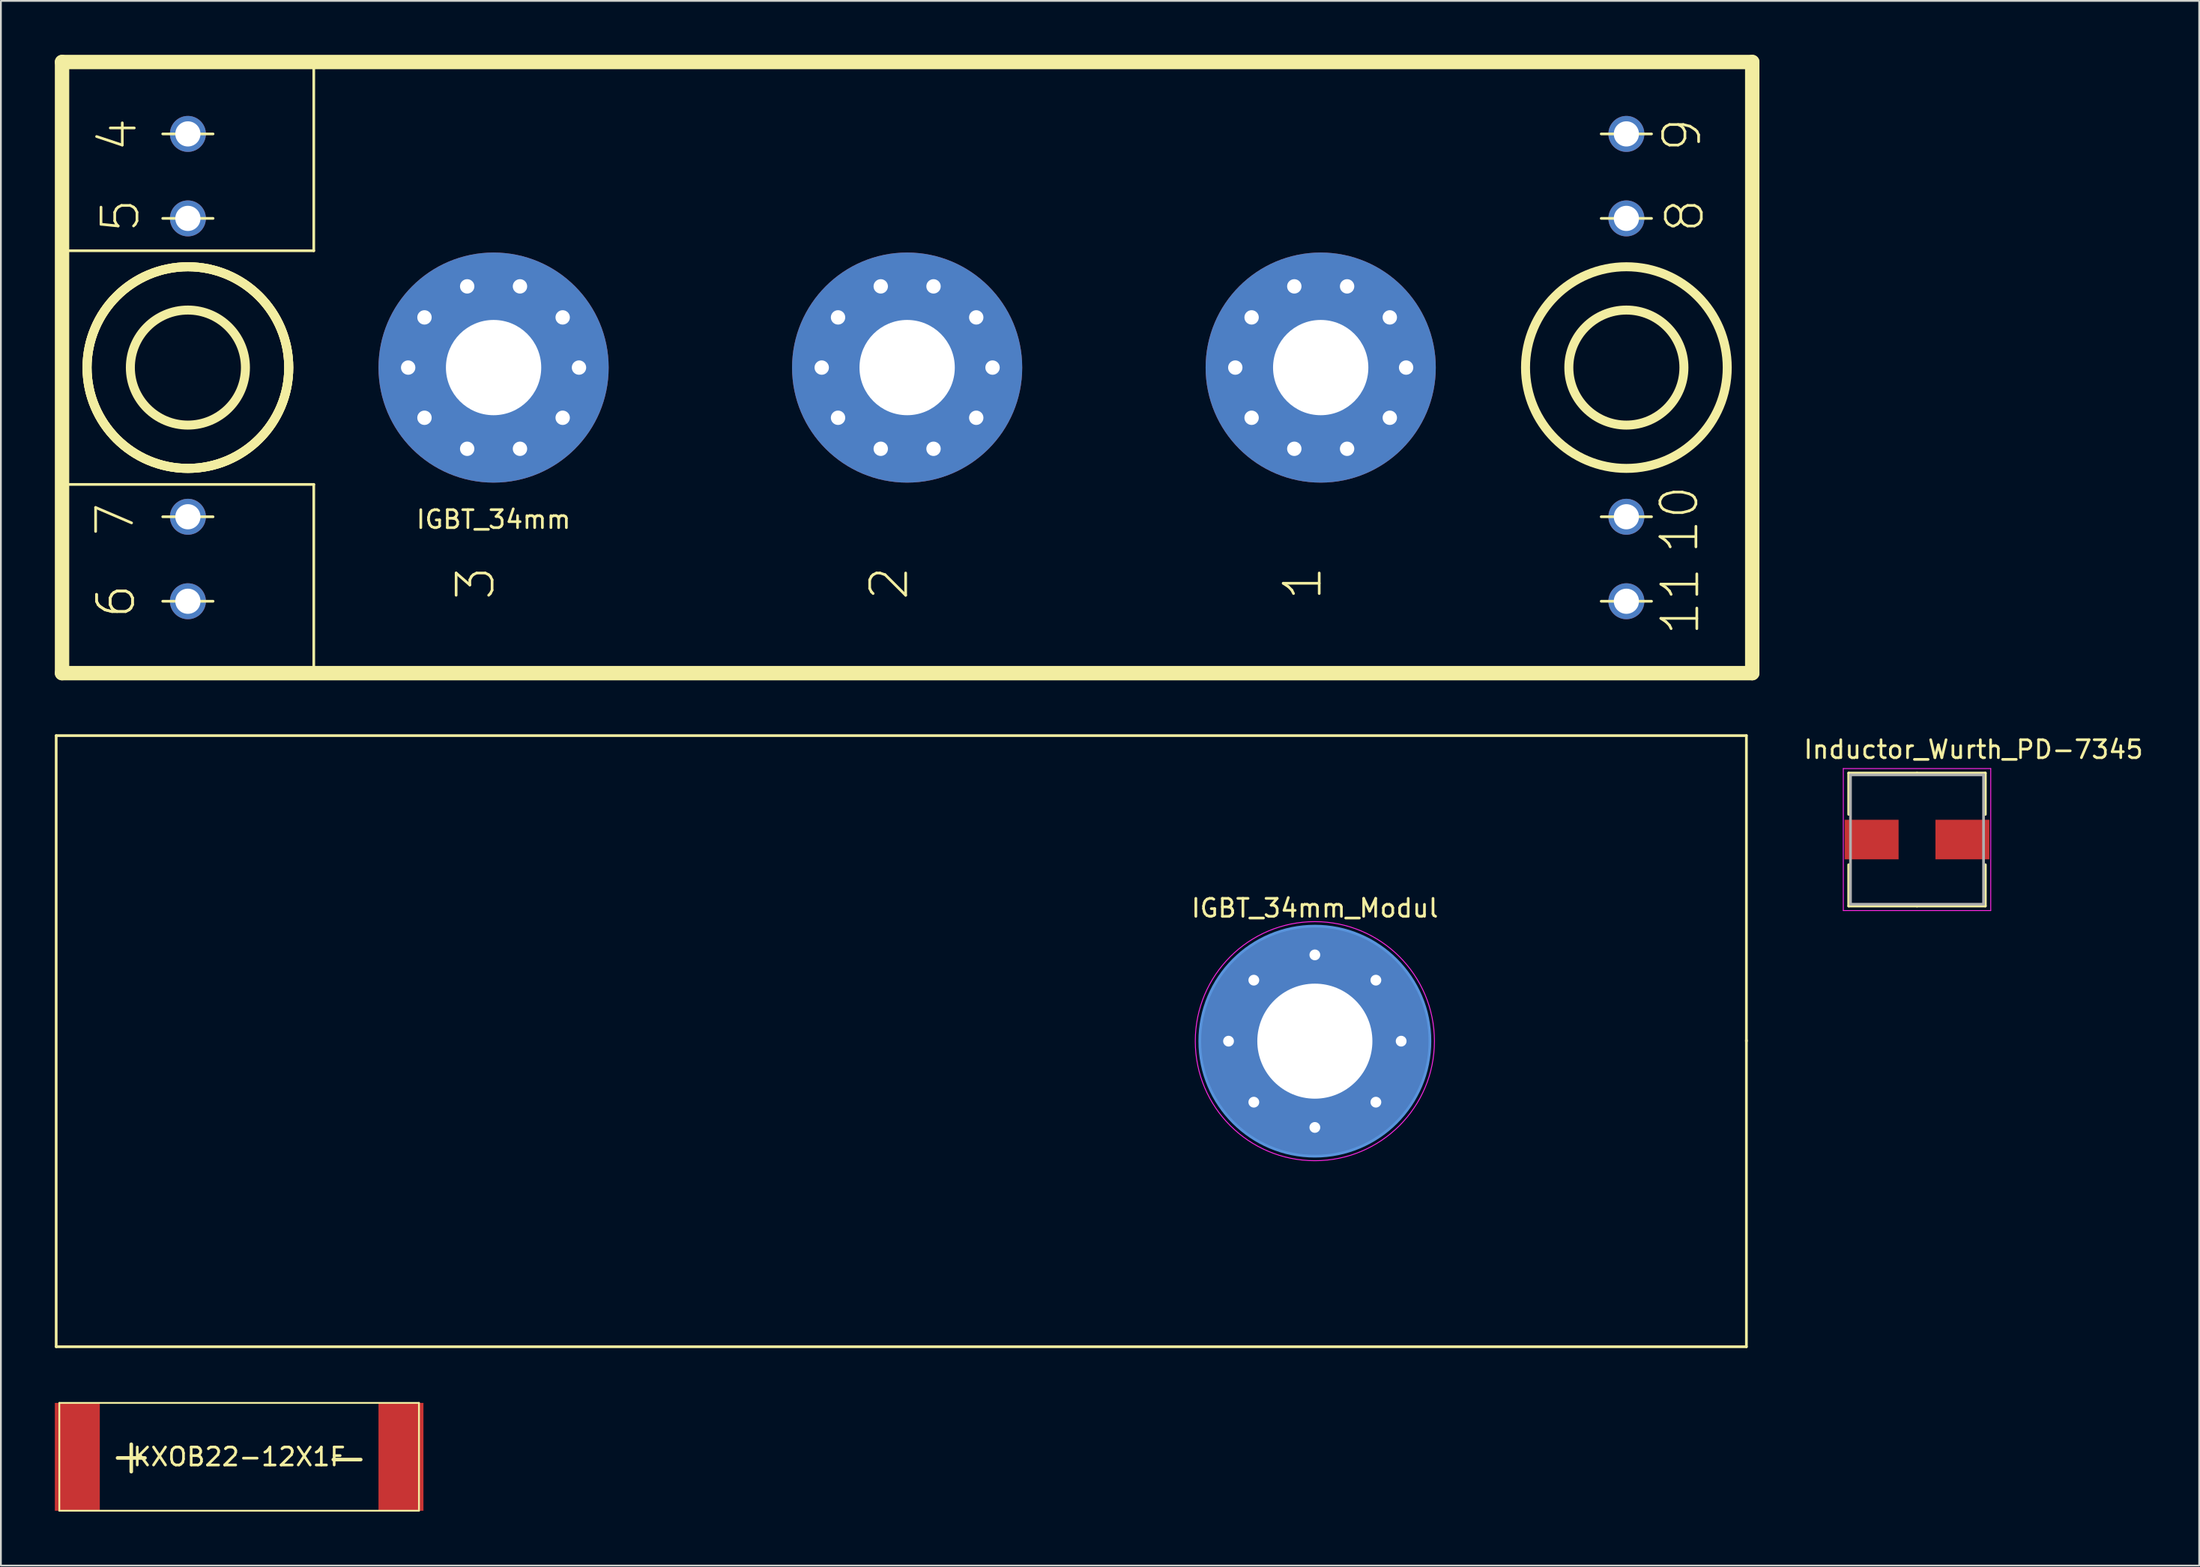
<source format=kicad_pcb>
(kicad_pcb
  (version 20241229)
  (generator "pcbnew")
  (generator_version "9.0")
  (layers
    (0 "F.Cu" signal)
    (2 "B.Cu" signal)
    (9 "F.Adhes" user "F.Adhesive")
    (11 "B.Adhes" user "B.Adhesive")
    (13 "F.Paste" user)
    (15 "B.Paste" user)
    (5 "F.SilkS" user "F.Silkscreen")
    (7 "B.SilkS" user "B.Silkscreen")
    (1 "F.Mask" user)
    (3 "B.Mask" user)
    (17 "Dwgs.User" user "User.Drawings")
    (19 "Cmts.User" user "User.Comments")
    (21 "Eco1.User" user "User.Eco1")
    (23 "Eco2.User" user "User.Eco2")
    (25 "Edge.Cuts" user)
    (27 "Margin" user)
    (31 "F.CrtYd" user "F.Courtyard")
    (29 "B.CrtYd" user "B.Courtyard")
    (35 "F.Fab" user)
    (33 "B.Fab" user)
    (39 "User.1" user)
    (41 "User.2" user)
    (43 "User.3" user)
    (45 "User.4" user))
  (footprint "IGBT_34mm_Modul"
    (layer "F.Cu")
    (at 70.075 54.875)
    (property "Reference" "IGBT_34mm_Modul" (at 0 -7.4 0) (layer "F.SilkS") (effects (font (size 1 1) (thickness 0.15))))
    (attr through_hole)
    (fp_line (start -70 -17) (end 24 -17) (stroke (width 0.15) (type solid)) (layer "F.SilkS"))
    (fp_line (start -70 17) (end -70 -17) (stroke (width 0.15) (type solid)) (layer "F.SilkS"))
    (fp_line (start 24 -17) (end 24 0) (stroke (width 0.15) (type solid)) (layer "F.SilkS"))
    (fp_line (start 24 -0.05) (end 24 17) (stroke (width 0.15) (type solid)) (layer "F.SilkS"))
    (fp_line (start 24 17) (end -70 17) (stroke (width 0.15) (type solid)) (layer "F.SilkS"))
    (fp_circle (center 0 0) (end 6.4 0) (stroke (width 0.15) (type solid)) (fill no) (layer "Cmts.User"))
    (fp_circle (center 0 0) (end 6.65 0) (stroke (width 0.05) (type solid)) (fill no) (layer "F.CrtYd"))
    (pad "" thru_hole circle (at -4.8 0) (size 0.7 0.7) (drill 0.6) (layers "*.Cu" "*.Mask"))
    (pad "" thru_hole circle (at -3.394 -3.394) (size 0.7 0.7) (drill 0.6) (layers "*.Cu" "*.Mask"))
    (pad "" thru_hole circle (at -3.394 3.394) (size 0.7 0.7) (drill 0.6) (layers "*.Cu" "*.Mask"))
    (pad "" thru_hole circle (at 0 -4.8) (size 0.7 0.7) (drill 0.6) (layers "*.Cu" "*.Mask"))
    (pad "" thru_hole circle (at 0 4.8) (size 0.7 0.7) (drill 0.6) (layers "*.Cu" "*.Mask"))
    (pad "" thru_hole circle (at 3.394 -3.394) (size 0.7 0.7) (drill 0.6) (layers "*.Cu" "*.Mask"))
    (pad "" thru_hole circle (at 3.394 3.394) (size 0.7 0.7) (drill 0.6) (layers "*.Cu" "*.Mask"))
    (pad "" thru_hole circle (at 4.8 0) (size 0.7 0.7) (drill 0.6) (layers "*.Cu" "*.Mask"))
    (pad "1" thru_hole circle (at 0 0) (size 12.8 12.8) (drill 6.4) (layers "*.Cu" "*.Mask")))
  (footprint "KXOB22-12X1F"
    (layer "F.Cu")
    (at 10.25 78)
    (property "Reference" "KXOB22-12X1F" (at 0 0 0) (layer "F.SilkS") (effects (font (size 1 1) (thickness 0.15))))
    (attr through_hole)
    (fp_line (start -10 -3) (end -10 3) (stroke (width 0.1) (type solid)) (layer "F.SilkS"))
    (fp_line (start -10 3) (end 10 3) (stroke (width 0.1) (type solid)) (layer "F.SilkS"))
    (fp_line (start 10 -3) (end -10 -3) (stroke (width 0.1) (type solid)) (layer "F.SilkS"))
    (fp_line (start 10 3) (end 10 -3) (stroke (width 0.1) (type solid)) (layer "F.SilkS"))
    (fp_text user "+" (at -6 -0.09 0) (layer "F.SilkS") (effects (font (size 2 2) (thickness 0.2))))
    (fp_text user "-" (at 6 0 0) (layer "F.SilkS") (effects (font (size 2 2) (thickness 0.2))))
    (pad "1" smd rect (at -9 0) (size 2.5 6) (layers "F.Cu" "F.Mask" "F.Paste"))
    (pad "2" smd rect (at 9 0) (size 2.5 6) (layers "F.Cu" "F.Mask" "F.Paste")))
  (footprint "Inductor_Wurth_PD-7345"
    (layer "F.Cu")
    (at 103.564 43.658)
    (property "Reference" "Inductor_Wurth_PD-7345" (at 3.14 -5.01 0) (layer "F.SilkS") (effects (font (size 1 1) (thickness 0.15))))
    (attr smd)
    (fp_line (start -3.8 -3.7) (end 0 -3.7) (stroke (width 0.15) (type solid)) (layer "F.SilkS"))
    (fp_line (start -3.8 -1.4) (end -3.8 -3.7) (stroke (width 0.15) (type solid)) (layer "F.SilkS"))
    (fp_line (start -3.8 1.4) (end -3.8 3.7) (stroke (width 0.15) (type solid)) (layer "F.SilkS"))
    (fp_line (start -3.8 3.7) (end 0 3.7) (stroke (width 0.15) (type solid)) (layer "F.SilkS"))
    (fp_line (start 3.8 -3.7) (end 0 -3.7) (stroke (width 0.15) (type solid)) (layer "F.SilkS"))
    (fp_line (start 3.8 -1.4) (end 3.8 -3.7) (stroke (width 0.15) (type solid)) (layer "F.SilkS"))
    (fp_line (start 3.8 1.4) (end 3.8 3.7) (stroke (width 0.15) (type solid)) (layer "F.SilkS"))
    (fp_line (start 3.8 3.7) (end 0 3.7) (stroke (width 0.15) (type solid)) (layer "F.SilkS"))
    (fp_line (start -4.1 -3.95) (end -4.1 3.95) (stroke (width 0.05) (type solid)) (layer "F.CrtYd"))
    (fp_line (start -4.1 3.95) (end 4.1 3.95) (stroke (width 0.05) (type solid)) (layer "F.CrtYd"))
    (fp_line (start 4.1 -3.95) (end -4.1 -3.95) (stroke (width 0.05) (type solid)) (layer "F.CrtYd"))
    (fp_line (start 4.1 3.95) (end 4.1 -3.95) (stroke (width 0.05) (type solid)) (layer "F.CrtYd"))
    (fp_line (start -3.7 -3.6) (end -3.7 3.6) (stroke (width 0.15) (type solid)) (layer "F.Fab"))
    (fp_line (start -3.7 3.6) (end 3.7 3.6) (stroke (width 0.15) (type solid)) (layer "F.Fab"))
    (fp_line (start 3.7 -3.6) (end -3.7 -3.6) (stroke (width 0.15) (type solid)) (layer "F.Fab"))
    (fp_line (start 3.7 3.6) (end 3.7 -3.6) (stroke (width 0.15) (type solid)) (layer "F.Fab"))
    (pad "1" smd rect (at -2.525 0) (size 3 2.2) (layers "F.Cu" "F.Mask" "F.Paste"))
    (pad "2" smd rect (at 2.525 0) (size 3 2.2) (layers "F.Cu" "F.Mask" "F.Paste")))
  (footprint "IGBT_34mm"
    (layer "F.Cu")
    (at 24.4 17.4)
    (property "Reference" "IGBT_34mm" (at 0 8.45 0) (layer "F.SilkS") (effects (font (size 1 1) (thickness 0.15))))
    (attr through_hole)
    (fp_line (start -24 -17) (end 70 -17) (stroke (width 0.8) (type solid)) (layer "F.SilkS"))
    (fp_line (start -24 6.5) (end -10 6.5) (stroke (width 0.15) (type solid)) (layer "F.SilkS"))
    (fp_line (start -24 17) (end -24 -17) (stroke (width 0.8) (type solid)) (layer "F.SilkS"))
    (fp_line (start -18.4 -13) (end -15.6 -13) (stroke (width 0.15) (type solid)) (layer "F.SilkS"))
    (fp_line (start -18.4 -8.3) (end -15.6 -8.3) (stroke (width 0.15) (type solid)) (layer "F.SilkS"))
    (fp_line (start -18.4 8.3) (end -15.6 8.3) (stroke (width 0.15) (type solid)) (layer "F.SilkS"))
    (fp_line (start -18.4 13) (end -15.6 13) (stroke (width 0.15) (type solid)) (layer "F.SilkS"))
    (fp_line (start -10 -6.5) (end -24 -6.5) (stroke (width 0.15) (type solid)) (layer "F.SilkS"))
    (fp_line (start -10 -6.5) (end -10 -17) (stroke (width 0.15) (type solid)) (layer "F.SilkS"))
    (fp_line (start -10 6.5) (end -10 17) (stroke (width 0.15) (type solid)) (layer "F.SilkS"))
    (fp_line (start 61.6 -13) (end 64.4 -13) (stroke (width 0.15) (type solid)) (layer "F.SilkS"))
    (fp_line (start 61.6 -8.3) (end 64.4 -8.3) (stroke (width 0.15) (type solid)) (layer "F.SilkS"))
    (fp_line (start 61.6 8.3) (end 64.4 8.3) (stroke (width 0.15) (type solid)) (layer "F.SilkS"))
    (fp_line (start 61.6 13) (end 64.4 13) (stroke (width 0.15) (type solid)) (layer "F.SilkS"))
    (fp_line (start 70 -17) (end 70 17) (stroke (width 0.8) (type solid)) (layer "F.SilkS"))
    (fp_line (start 70 17) (end -24 17) (stroke (width 0.8) (type solid)) (layer "F.SilkS"))
    (fp_circle (center -17 0) (end -17 -3.2) (stroke (width 0.5) (type solid)) (fill no) (layer "F.SilkS"))
    (fp_circle (center -17 0) (end -15.9 -5.5) (stroke (width 0.5) (type solid)) (fill no) (layer "F.SilkS"))
    (fp_circle (center -17 0) (end -15.9 -5.5) (stroke (width 0.5) (type solid)) (fill no) (layer "F.SilkS"))
    (fp_circle (center -17 0) (end -15.9 -5.5) (stroke (width 0.5) (type solid)) (fill no) (layer "F.SilkS"))
    (fp_circle (center 63 0) (end 63 -3.2) (stroke (width 0.5) (type solid)) (fill no) (layer "F.SilkS"))
    (fp_circle (center 63 0) (end 64.1 -5.5) (stroke (width 0.5) (type solid)) (fill no) (layer "F.SilkS"))
    (fp_text user "3" (at -1 12 90) (layer "F.SilkS") (effects (font (size 2 2) (thickness 0.15))))
    (fp_text user "11" (at 66 13 90) (layer "F.SilkS") (effects (font (size 2 2) (thickness 0.15))))
    (fp_text user "5" (at -20.75 -8.45 90) (layer "F.SilkS") (effects (font (size 2 2) (thickness 0.15))))
    (fp_text user "4" (at -20.9 -12.95 90) (layer "F.SilkS") (effects (font (size 2 2) (thickness 0.15))))
    (fp_text user "7" (at -21.05 8.45 90) (layer "F.SilkS") (effects (font (size 2 2) (thickness 0.15))))
    (fp_text user "2" (at 22 12 90) (layer "F.SilkS") (effects (font (size 2 2) (thickness 0.15))))
    (fp_text user "1" (at 45 12 90) (layer "F.SilkS") (effects (font (size 2 2) (thickness 0.15))))
    (fp_text user "10" (at 65.95 8.45 90) (layer "F.SilkS") (effects (font (size 2 2) (thickness 0.15))))
    (fp_text user "9" (at 66.1 -12.95 90) (layer "F.SilkS") (effects (font (size 2 2) (thickness 0.15))))
    (fp_text user "8" (at 66.25 -8.45 90) (layer "F.SilkS") (effects (font (size 2 2) (thickness 0.15))))
    (fp_text user "6" (at -21 13 90) (layer "F.SilkS") (effects (font (size 2 2) (thickness 0.15))))
    (fp_text user "6" (at -21 13 90) (layer "F.SilkS") (effects (font (size 2 2) (thickness 0.15))))
    (pad "" thru_hole circle (at -4.75 0) (size 1.2 1.2) (drill 0.8) (layers "*.Cu" "*.Mask"))
    (pad "" thru_hole circle (at -3.843 -2.792) (size 1.2 1.2) (drill 0.8) (layers "*.Cu" "*.Mask"))
    (pad "" thru_hole circle (at -3.843 2.792) (size 1.2 1.2) (drill 0.8) (layers "*.Cu" "*.Mask"))
    (pad "" thru_hole circle (at -1.468 -4.518) (size 1.2 1.2) (drill 0.8) (layers "*.Cu" "*.Mask"))
    (pad "" thru_hole circle (at -1.468 4.518) (size 1.2 1.2) (drill 0.8) (layers "*.Cu" "*.Mask"))
    (pad "" thru_hole circle (at 1.468 -4.518) (size 1.2 1.2) (drill 0.8) (layers "*.Cu" "*.Mask"))
    (pad "" thru_hole circle (at 1.468 4.518) (size 1.2 1.2) (drill 0.8) (layers "*.Cu" "*.Mask"))
    (pad "" thru_hole circle (at 3.843 -2.792) (size 1.2 1.2) (drill 0.8) (layers "*.Cu" "*.Mask"))
    (pad "" thru_hole circle (at 3.843 2.792) (size 1.2 1.2) (drill 0.8) (layers "*.Cu" "*.Mask"))
    (pad "" thru_hole circle (at 4.75 0) (size 1.2 1.2) (drill 0.8) (layers "*.Cu" "*.Mask"))
    (pad "" thru_hole circle (at 18.25 0) (size 1.2 1.2) (drill 0.8) (layers "*.Cu" "*.Mask"))
    (pad "" thru_hole circle (at 19.157 -2.792) (size 1.2 1.2) (drill 0.8) (layers "*.Cu" "*.Mask"))
    (pad "" thru_hole circle (at 19.157 2.792) (size 1.2 1.2) (drill 0.8) (layers "*.Cu" "*.Mask"))
    (pad "" thru_hole circle (at 21.532 -4.518) (size 1.2 1.2) (drill 0.8) (layers "*.Cu" "*.Mask"))
    (pad "" thru_hole circle (at 21.532 4.518) (size 1.2 1.2) (drill 0.8) (layers "*.Cu" "*.Mask"))
    (pad "" thru_hole circle (at 24.468 -4.518) (size 1.2 1.2) (drill 0.8) (layers "*.Cu" "*.Mask"))
    (pad "" thru_hole circle (at 24.468 4.518) (size 1.2 1.2) (drill 0.8) (layers "*.Cu" "*.Mask"))
    (pad "" thru_hole circle (at 26.843 -2.792) (size 1.2 1.2) (drill 0.8) (layers "*.Cu" "*.Mask"))
    (pad "" thru_hole circle (at 26.843 2.792) (size 1.2 1.2) (drill 0.8) (layers "*.Cu" "*.Mask"))
    (pad "" thru_hole circle (at 27.75 0) (size 1.2 1.2) (drill 0.8) (layers "*.Cu" "*.Mask"))
    (pad "" thru_hole circle (at 41.25 0) (size 1.2 1.2) (drill 0.8) (layers "*.Cu" "*.Mask"))
    (pad "" thru_hole circle (at 42.157 -2.792) (size 1.2 1.2) (drill 0.8) (layers "*.Cu" "*.Mask"))
    (pad "" thru_hole circle (at 42.157 2.792) (size 1.2 1.2) (drill 0.8) (layers "*.Cu" "*.Mask"))
    (pad "" thru_hole circle (at 44.532 -4.518) (size 1.2 1.2) (drill 0.8) (layers "*.Cu" "*.Mask"))
    (pad "" thru_hole circle (at 44.532 4.518) (size 1.2 1.2) (drill 0.8) (layers "*.Cu" "*.Mask"))
    (pad "" thru_hole circle (at 47.468 -4.518) (size 1.2 1.2) (drill 0.8) (layers "*.Cu" "*.Mask"))
    (pad "" thru_hole circle (at 47.468 4.518) (size 1.2 1.2) (drill 0.8) (layers "*.Cu" "*.Mask"))
    (pad "" thru_hole circle (at 49.843 -2.792) (size 1.2 1.2) (drill 0.8) (layers "*.Cu" "*.Mask"))
    (pad "" thru_hole circle (at 49.843 2.792) (size 1.2 1.2) (drill 0.8) (layers "*.Cu" "*.Mask"))
    (pad "" thru_hole circle (at 50.75 0) (size 1.2 1.2) (drill 0.8) (layers "*.Cu" "*.Mask"))
    (pad "1" thru_hole circle (at 46 0) (size 12.8 12.8) (drill 5.3) (layers "*.Cu" "*.Mask"))
    (pad "2" thru_hole circle (at 23 0) (size 12.8 12.8) (drill 5.3) (layers "*.Cu" "*.Mask"))
    (pad "3" thru_hole circle (at 0 0) (size 12.8 12.8) (drill 5.3) (layers "*.Cu" "*.Mask"))
    (pad "4" thru_hole circle (at -17 -13) (size 2 2) (drill 1.4) (layers "*.Cu" "*.Mask"))
    (pad "5" thru_hole circle (at -17 -8.3) (size 2 2) (drill 1.4) (layers "*.Cu" "*.Mask"))
    (pad "6" thru_hole circle (at -17 13) (size 2 2) (drill 1.4) (layers "*.Cu" "*.Mask"))
    (pad "7" thru_hole circle (at -17 8.3) (size 2 2) (drill 1.4) (layers "*.Cu" "*.Mask"))
    (pad "8" thru_hole circle (at 63 -8.3) (size 2 2) (drill 1.4) (layers "*.Cu" "*.Mask"))
    (pad "9" thru_hole circle (at 63 -13) (size 2 2) (drill 1.4) (layers "*.Cu" "*.Mask"))
    (pad "10" thru_hole circle (at 63 8.3) (size 2 2) (drill 1.4) (layers "*.Cu" "*.Mask"))
    (pad "11" thru_hole circle (at 63 13) (size 2 2) (drill 1.4) (layers "*.Cu" "*.Mask")))
  (gr_rect
    (start -3 -3)
    (end 119.257 84.05)
    (stroke (width 0.1) (type default))
    (fill no)
    (layer "Edge.Cuts")))
</source>
